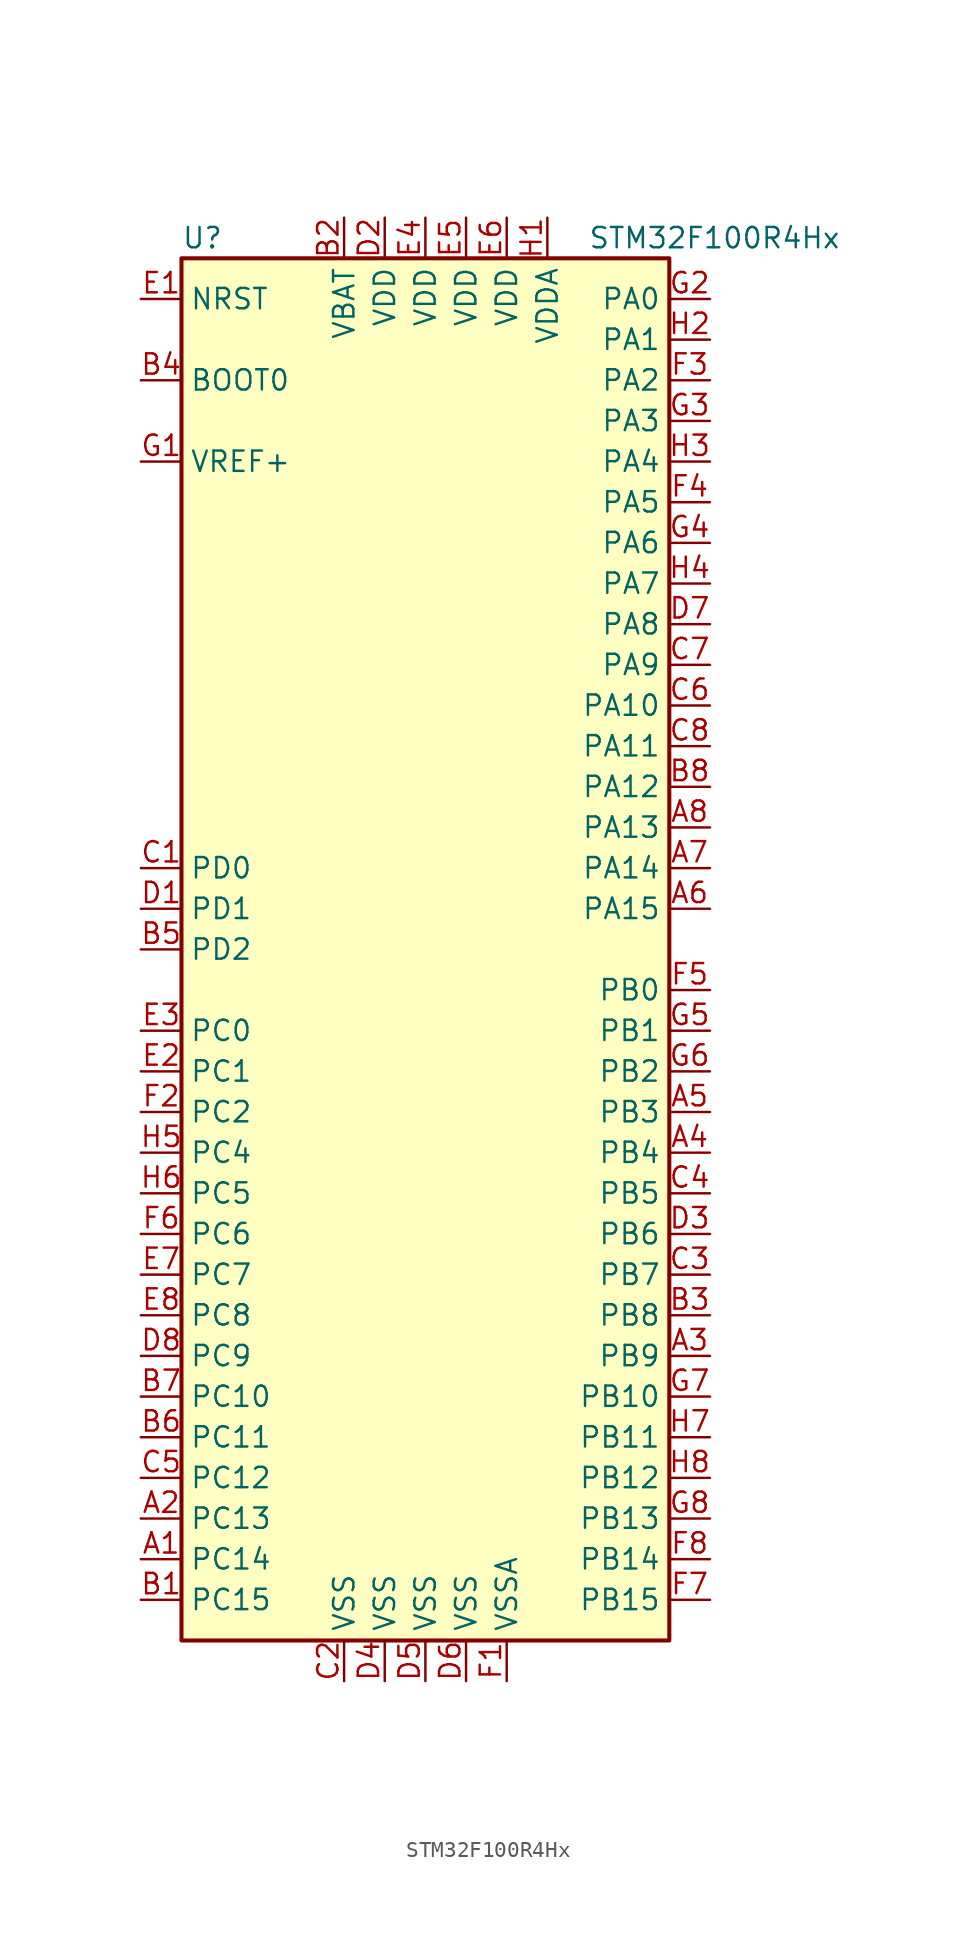
<source format=kicad_sym>
(kicad_symbol_lib
  (version 20201005)
  (generator kicad_symbol_editor)
  (symbol "STM32F100R4Hx"
    (property "Reference" "U"
      (at -15.24 44.45 0)
      (effects (font (size 1.27 1.27)) (justify left)))
    (property "Value" "STM32F100R4Hx"
      (at 10.16 44.45 0)
      (effects (font (size 1.27 1.27)) (justify left)))
    (symbol "STM32F100R4Hx_0_1"
      (rectangle (start -15.24 -43.18) (end 15.24 43.18) (stroke (width 0.254)) (fill (type background))))
    (symbol "STM32F100R4Hx_1_1"
      (pin bidirectional line (at -17.78 -38.1 0) (length 2.54) (name "PC14" (effects (font (size 1.27 1.27)))) (number "A1" (effects (font (size 1.27 1.27)))))
      (pin bidirectional line (at -17.78 -35.56 0) (length 2.54) (name "PC13" (effects (font (size 1.27 1.27)))) (number "A2" (effects (font (size 1.27 1.27)))))
      (pin bidirectional line (at 17.78 -25.4 180) (length 2.54) (name "PB9" (effects (font (size 1.27 1.27)))) (number "A3" (effects (font (size 1.27 1.27)))))
      (pin bidirectional line (at 17.78 -12.7 180) (length 2.54) (name "PB4" (effects (font (size 1.27 1.27)))) (number "A4" (effects (font (size 1.27 1.27)))))
      (pin bidirectional line (at 17.78 -10.16 180) (length 2.54) (name "PB3" (effects (font (size 1.27 1.27)))) (number "A5" (effects (font (size 1.27 1.27)))))
      (pin bidirectional line (at 17.78 2.54 180) (length 2.54) (name "PA15" (effects (font (size 1.27 1.27)))) (number "A6" (effects (font (size 1.27 1.27)))))
      (pin bidirectional line (at 17.78 5.08 180) (length 2.54) (name "PA14" (effects (font (size 1.27 1.27)))) (number "A7" (effects (font (size 1.27 1.27)))))
      (pin bidirectional line (at 17.78 7.62 180) (length 2.54) (name "PA13" (effects (font (size 1.27 1.27)))) (number "A8" (effects (font (size 1.27 1.27)))))
      (pin bidirectional line (at -17.78 -40.64 0) (length 2.54) (name "PC15" (effects (font (size 1.27 1.27)))) (number "B1" (effects (font (size 1.27 1.27)))))
      (pin power_in line (at -5.08 45.72 270) (length 2.54) (name "VBAT" (effects (font (size 1.27 1.27)))) (number "B2" (effects (font (size 1.27 1.27)))))
      (pin bidirectional line (at 17.78 -22.86 180) (length 2.54) (name "PB8" (effects (font (size 1.27 1.27)))) (number "B3" (effects (font (size 1.27 1.27)))))
      (pin input line (at -17.78 35.56 0) (length 2.54) (name "BOOT0" (effects (font (size 1.27 1.27)))) (number "B4" (effects (font (size 1.27 1.27)))))
      (pin bidirectional line (at -17.78 0 0) (length 2.54) (name "PD2" (effects (font (size 1.27 1.27)))) (number "B5" (effects (font (size 1.27 1.27)))))
      (pin bidirectional line (at -17.78 -30.48 0) (length 2.54) (name "PC11" (effects (font (size 1.27 1.27)))) (number "B6" (effects (font (size 1.27 1.27)))))
      (pin bidirectional line (at -17.78 -27.94 0) (length 2.54) (name "PC10" (effects (font (size 1.27 1.27)))) (number "B7" (effects (font (size 1.27 1.27)))))
      (pin bidirectional line (at 17.78 10.16 180) (length 2.54) (name "PA12" (effects (font (size 1.27 1.27)))) (number "B8" (effects (font (size 1.27 1.27)))))
      (pin input line (at -17.78 5.08 0) (length 2.54) (name "PD0" (effects (font (size 1.27 1.27)))) (number "C1" (effects (font (size 1.27 1.27)))))
      (pin power_in line (at -5.08 -45.72 90) (length 2.54) (name "VSS" (effects (font (size 1.27 1.27)))) (number "C2" (effects (font (size 1.27 1.27)))))
      (pin bidirectional line (at 17.78 -20.32 180) (length 2.54) (name "PB7" (effects (font (size 1.27 1.27)))) (number "C3" (effects (font (size 1.27 1.27)))))
      (pin bidirectional line (at 17.78 -15.24 180) (length 2.54) (name "PB5" (effects (font (size 1.27 1.27)))) (number "C4" (effects (font (size 1.27 1.27)))))
      (pin bidirectional line (at -17.78 -33.02 0) (length 2.54) (name "PC12" (effects (font (size 1.27 1.27)))) (number "C5" (effects (font (size 1.27 1.27)))))
      (pin bidirectional line (at 17.78 15.24 180) (length 2.54) (name "PA10" (effects (font (size 1.27 1.27)))) (number "C6" (effects (font (size 1.27 1.27)))))
      (pin bidirectional line (at 17.78 17.78 180) (length 2.54) (name "PA9" (effects (font (size 1.27 1.27)))) (number "C7" (effects (font (size 1.27 1.27)))))
      (pin bidirectional line (at 17.78 12.7 180) (length 2.54) (name "PA11" (effects (font (size 1.27 1.27)))) (number "C8" (effects (font (size 1.27 1.27)))))
      (pin input line (at -17.78 2.54 0) (length 2.54) (name "PD1" (effects (font (size 1.27 1.27)))) (number "D1" (effects (font (size 1.27 1.27)))))
      (pin power_in line (at -2.54 45.72 270) (length 2.54) (name "VDD" (effects (font (size 1.27 1.27)))) (number "D2" (effects (font (size 1.27 1.27)))))
      (pin bidirectional line (at 17.78 -17.78 180) (length 2.54) (name "PB6" (effects (font (size 1.27 1.27)))) (number "D3" (effects (font (size 1.27 1.27)))))
      (pin power_in line (at -2.54 -45.72 90) (length 2.54) (name "VSS" (effects (font (size 1.27 1.27)))) (number "D4" (effects (font (size 1.27 1.27)))))
      (pin power_in line (at 0 -45.72 90) (length 2.54) (name "VSS" (effects (font (size 1.27 1.27)))) (number "D5" (effects (font (size 1.27 1.27)))))
      (pin power_in line (at 2.54 -45.72 90) (length 2.54) (name "VSS" (effects (font (size 1.27 1.27)))) (number "D6" (effects (font (size 1.27 1.27)))))
      (pin bidirectional line (at 17.78 20.32 180) (length 2.54) (name "PA8" (effects (font (size 1.27 1.27)))) (number "D7" (effects (font (size 1.27 1.27)))))
      (pin bidirectional line (at -17.78 -25.4 0) (length 2.54) (name "PC9" (effects (font (size 1.27 1.27)))) (number "D8" (effects (font (size 1.27 1.27)))))
      (pin input line (at -17.78 40.64 0) (length 2.54) (name "NRST" (effects (font (size 1.27 1.27)))) (number "E1" (effects (font (size 1.27 1.27)))))
      (pin bidirectional line (at -17.78 -7.62 0) (length 2.54) (name "PC1" (effects (font (size 1.27 1.27)))) (number "E2" (effects (font (size 1.27 1.27)))))
      (pin bidirectional line (at -17.78 -5.08 0) (length 2.54) (name "PC0" (effects (font (size 1.27 1.27)))) (number "E3" (effects (font (size 1.27 1.27)))))
      (pin power_in line (at 0 45.72 270) (length 2.54) (name "VDD" (effects (font (size 1.27 1.27)))) (number "E4" (effects (font (size 1.27 1.27)))))
      (pin power_in line (at 2.54 45.72 270) (length 2.54) (name "VDD" (effects (font (size 1.27 1.27)))) (number "E5" (effects (font (size 1.27 1.27)))))
      (pin power_in line (at 5.08 45.72 270) (length 2.54) (name "VDD" (effects (font (size 1.27 1.27)))) (number "E6" (effects (font (size 1.27 1.27)))))
      (pin bidirectional line (at -17.78 -20.32 0) (length 2.54) (name "PC7" (effects (font (size 1.27 1.27)))) (number "E7" (effects (font (size 1.27 1.27)))))
      (pin bidirectional line (at -17.78 -22.86 0) (length 2.54) (name "PC8" (effects (font (size 1.27 1.27)))) (number "E8" (effects (font (size 1.27 1.27)))))
      (pin power_in line (at 5.08 -45.72 90) (length 2.54) (name "VSSA" (effects (font (size 1.27 1.27)))) (number "F1" (effects (font (size 1.27 1.27)))))
      (pin bidirectional line (at -17.78 -10.16 0) (length 2.54) (name "PC2" (effects (font (size 1.27 1.27)))) (number "F2" (effects (font (size 1.27 1.27)))))
      (pin bidirectional line (at 17.78 35.56 180) (length 2.54) (name "PA2" (effects (font (size 1.27 1.27)))) (number "F3" (effects (font (size 1.27 1.27)))))
      (pin bidirectional line (at 17.78 27.94 180) (length 2.54) (name "PA5" (effects (font (size 1.27 1.27)))) (number "F4" (effects (font (size 1.27 1.27)))))
      (pin bidirectional line (at 17.78 -2.54 180) (length 2.54) (name "PB0" (effects (font (size 1.27 1.27)))) (number "F5" (effects (font (size 1.27 1.27)))))
      (pin bidirectional line (at -17.78 -17.78 0) (length 2.54) (name "PC6" (effects (font (size 1.27 1.27)))) (number "F6" (effects (font (size 1.27 1.27)))))
      (pin bidirectional line (at 17.78 -40.64 180) (length 2.54) (name "PB15" (effects (font (size 1.27 1.27)))) (number "F7" (effects (font (size 1.27 1.27)))))
      (pin bidirectional line (at 17.78 -38.1 180) (length 2.54) (name "PB14" (effects (font (size 1.27 1.27)))) (number "F8" (effects (font (size 1.27 1.27)))))
      (pin power_in line (at -17.78 30.48 0) (length 2.54) (name "VREF+" (effects (font (size 1.27 1.27)))) (number "G1" (effects (font (size 1.27 1.27)))))
      (pin bidirectional line (at 17.78 40.64 180) (length 2.54) (name "PA0" (effects (font (size 1.27 1.27)))) (number "G2" (effects (font (size 1.27 1.27)))))
      (pin bidirectional line (at 17.78 33.02 180) (length 2.54) (name "PA3" (effects (font (size 1.27 1.27)))) (number "G3" (effects (font (size 1.27 1.27)))))
      (pin bidirectional line (at 17.78 25.4 180) (length 2.54) (name "PA6" (effects (font (size 1.27 1.27)))) (number "G4" (effects (font (size 1.27 1.27)))))
      (pin bidirectional line (at 17.78 -5.08 180) (length 2.54) (name "PB1" (effects (font (size 1.27 1.27)))) (number "G5" (effects (font (size 1.27 1.27)))))
      (pin bidirectional line (at 17.78 -7.62 180) (length 2.54) (name "PB2" (effects (font (size 1.27 1.27)))) (number "G6" (effects (font (size 1.27 1.27)))))
      (pin bidirectional line (at 17.78 -27.94 180) (length 2.54) (name "PB10" (effects (font (size 1.27 1.27)))) (number "G7" (effects (font (size 1.27 1.27)))))
      (pin bidirectional line (at 17.78 -35.56 180) (length 2.54) (name "PB13" (effects (font (size 1.27 1.27)))) (number "G8" (effects (font (size 1.27 1.27)))))
      (pin power_in line (at 7.62 45.72 270) (length 2.54) (name "VDDA" (effects (font (size 1.27 1.27)))) (number "H1" (effects (font (size 1.27 1.27)))))
      (pin bidirectional line (at 17.78 38.1 180) (length 2.54) (name "PA1" (effects (font (size 1.27 1.27)))) (number "H2" (effects (font (size 1.27 1.27)))))
      (pin bidirectional line (at 17.78 30.48 180) (length 2.54) (name "PA4" (effects (font (size 1.27 1.27)))) (number "H3" (effects (font (size 1.27 1.27)))))
      (pin bidirectional line (at 17.78 22.86 180) (length 2.54) (name "PA7" (effects (font (size 1.27 1.27)))) (number "H4" (effects (font (size 1.27 1.27)))))
      (pin bidirectional line (at -17.78 -12.7 0) (length 2.54) (name "PC4" (effects (font (size 1.27 1.27)))) (number "H5" (effects (font (size 1.27 1.27)))))
      (pin bidirectional line (at -17.78 -15.24 0) (length 2.54) (name "PC5" (effects (font (size 1.27 1.27)))) (number "H6" (effects (font (size 1.27 1.27)))))
      (pin bidirectional line (at 17.78 -30.48 180) (length 2.54) (name "PB11" (effects (font (size 1.27 1.27)))) (number "H7" (effects (font (size 1.27 1.27)))))
      (pin bidirectional line (at 17.78 -33.02 180) (length 2.54) (name "PB12" (effects (font (size 1.27 1.27)))) (number "H8" (effects (font (size 1.27 1.27))))))))
</source>
